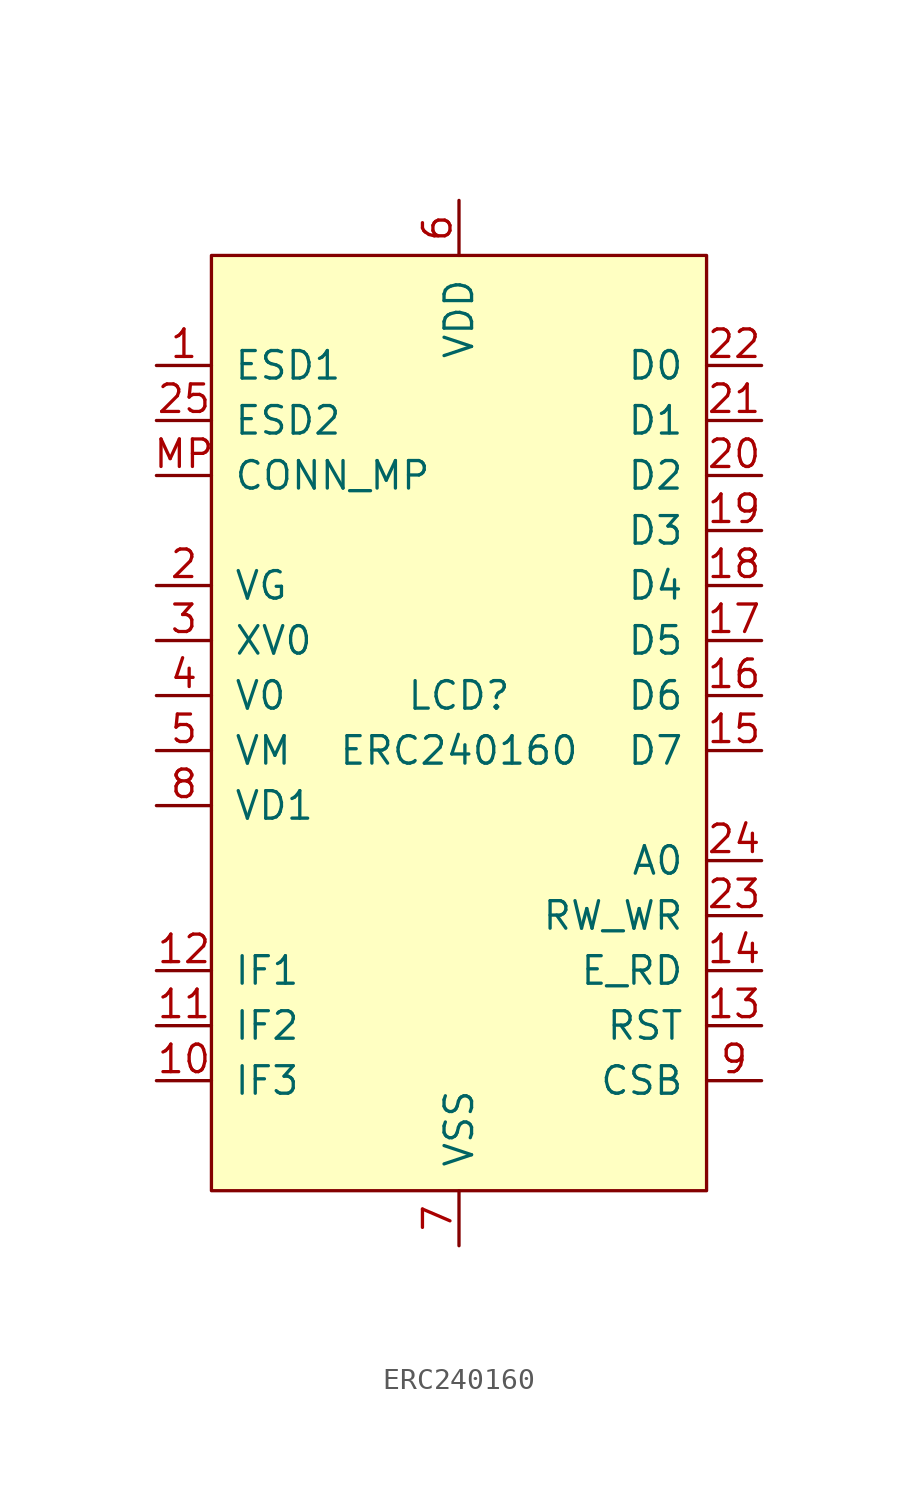
<source format=kicad_sym>
(kicad_symbol_lib
  (version 20211014)
  (generator kicad_symbol_editor)
  (symbol "ERC240160"
    (pin_names
      (offset 1.016))
    (property "Reference" "LCD"
      (at 0 1.27 0)
      (effects (font (size 1.27 1.27))))
    (property "Value" "ERC240160"
      (at 0 -1.27 0)
      (effects (font (size 1.27 1.27))))
    (symbol "ERC240160_0_1"
      (rectangle (start -11.43 21.59) (end 11.43 -21.59) (stroke (width 0) (type default) (color 0 0 0 0)) (fill (type background))))
    (symbol "ERC240160_1_1"
      (pin passive line (at -13.97 16.51 0) (length 2.54) (name "ESD1" (effects (font (size 1.27 1.27)))) (number "1" (effects (font (size 1.27 1.27)))))
      (pin input line (at -13.97 -16.51 0) (length 2.54) (name "IF3" (effects (font (size 1.27 1.27)))) (number "10" (effects (font (size 1.27 1.27)))))
      (pin input line (at -13.97 -13.97 0) (length 2.54) (name "IF2" (effects (font (size 1.27 1.27)))) (number "11" (effects (font (size 1.27 1.27)))))
      (pin input line (at -13.97 -11.43 0) (length 2.54) (name "IF1" (effects (font (size 1.27 1.27)))) (number "12" (effects (font (size 1.27 1.27)))))
      (pin input line (at 13.97 -13.97 180) (length 2.54) (name "RST" (effects (font (size 1.27 1.27)))) (number "13" (effects (font (size 1.27 1.27)))))
      (pin input line (at 13.97 -11.43 180) (length 2.54) (name "E_RD" (effects (font (size 1.27 1.27)))) (number "14" (effects (font (size 1.27 1.27)))))
      (pin bidirectional line (at 13.97 -1.27 180) (length 2.54) (name "D7" (effects (font (size 1.27 1.27)))) (number "15" (effects (font (size 1.27 1.27)))))
      (pin bidirectional line (at 13.97 1.27 180) (length 2.54) (name "D6" (effects (font (size 1.27 1.27)))) (number "16" (effects (font (size 1.27 1.27)))))
      (pin bidirectional line (at 13.97 3.81 180) (length 2.54) (name "D5" (effects (font (size 1.27 1.27)))) (number "17" (effects (font (size 1.27 1.27)))))
      (pin bidirectional line (at 13.97 6.35 180) (length 2.54) (name "D4" (effects (font (size 1.27 1.27)))) (number "18" (effects (font (size 1.27 1.27)))))
      (pin bidirectional line (at 13.97 8.89 180) (length 2.54) (name "D3" (effects (font (size 1.27 1.27)))) (number "19" (effects (font (size 1.27 1.27)))))
      (pin passive line (at -13.97 6.35 0) (length 2.54) (name "VG" (effects (font (size 1.27 1.27)))) (number "2" (effects (font (size 1.27 1.27)))))
      (pin bidirectional line (at 13.97 11.43 180) (length 2.54) (name "D2" (effects (font (size 1.27 1.27)))) (number "20" (effects (font (size 1.27 1.27)))))
      (pin bidirectional line (at 13.97 13.97 180) (length 2.54) (name "D1" (effects (font (size 1.27 1.27)))) (number "21" (effects (font (size 1.27 1.27)))))
      (pin bidirectional line (at 13.97 16.51 180) (length 2.54) (name "D0" (effects (font (size 1.27 1.27)))) (number "22" (effects (font (size 1.27 1.27)))))
      (pin input line (at 13.97 -8.89 180) (length 2.54) (name "RW_WR" (effects (font (size 1.27 1.27)))) (number "23" (effects (font (size 1.27 1.27)))))
      (pin input line (at 13.97 -6.35 180) (length 2.54) (name "A0" (effects (font (size 1.27 1.27)))) (number "24" (effects (font (size 1.27 1.27)))))
      (pin passive line (at -13.97 13.97 0) (length 2.54) (name "ESD2" (effects (font (size 1.27 1.27)))) (number "25" (effects (font (size 1.27 1.27)))))
      (pin passive line (at -13.97 3.81 0) (length 2.54) (name "XV0" (effects (font (size 1.27 1.27)))) (number "3" (effects (font (size 1.27 1.27)))))
      (pin passive line (at -13.97 1.27 0) (length 2.54) (name "V0" (effects (font (size 1.27 1.27)))) (number "4" (effects (font (size 1.27 1.27)))))
      (pin passive line (at -13.97 -1.27 0) (length 2.54) (name "VM" (effects (font (size 1.27 1.27)))) (number "5" (effects (font (size 1.27 1.27)))))
      (pin power_in line (at 0 24.13 270) (length 2.54) (name "VDD" (effects (font (size 1.27 1.27)))) (number "6" (effects (font (size 1.27 1.27)))))
      (pin power_in line (at 0 -24.13 90) (length 2.54) (name "VSS" (effects (font (size 1.27 1.27)))) (number "7" (effects (font (size 1.27 1.27)))))
      (pin passive line (at -13.97 -3.81 0) (length 2.54) (name "VD1" (effects (font (size 1.27 1.27)))) (number "8" (effects (font (size 1.27 1.27)))))
      (pin input line (at 13.97 -16.51 180) (length 2.54) (name "CSB" (effects (font (size 1.27 1.27)))) (number "9" (effects (font (size 1.27 1.27)))))
      (pin passive line (at -13.97 11.43 0) (length 2.54) (name "CONN_MP" (effects (font (size 1.27 1.27)))) (number "MP" (effects (font (size 1.27 1.27))))))))
</source>
